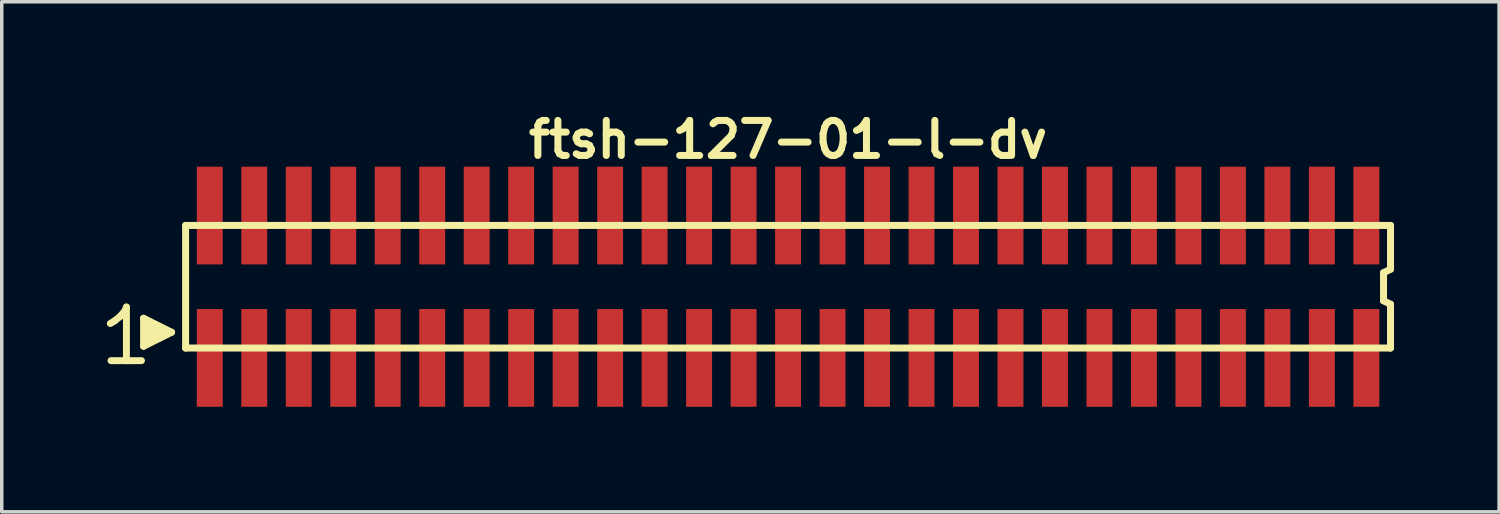
<source format=kicad_pcb>
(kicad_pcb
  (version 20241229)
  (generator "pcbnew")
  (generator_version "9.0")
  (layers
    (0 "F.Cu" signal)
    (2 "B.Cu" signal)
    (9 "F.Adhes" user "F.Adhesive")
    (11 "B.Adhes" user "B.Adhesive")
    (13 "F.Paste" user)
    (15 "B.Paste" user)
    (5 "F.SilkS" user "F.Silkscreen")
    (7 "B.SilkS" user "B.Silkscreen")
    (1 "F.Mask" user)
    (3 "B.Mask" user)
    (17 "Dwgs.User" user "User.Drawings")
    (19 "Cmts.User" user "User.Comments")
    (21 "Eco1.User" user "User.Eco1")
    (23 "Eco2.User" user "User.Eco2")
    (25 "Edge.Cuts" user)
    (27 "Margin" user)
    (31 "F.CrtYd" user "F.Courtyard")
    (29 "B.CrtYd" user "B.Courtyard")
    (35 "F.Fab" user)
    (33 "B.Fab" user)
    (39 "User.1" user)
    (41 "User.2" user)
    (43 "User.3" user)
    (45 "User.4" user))
  (footprint "ftsh-127-01-l-dv"
    (layer "F.Cu")
    (at 19.449 5.136)
    (property "Reference" "ftsh-127-01-l-dv" (at 0 -4.2 0) (layer "F.SilkS") (effects (font (size 1 1) (thickness 0.2))))
    (attr through_hole)
    (fp_line (start -19.35 1.05) (end -19.22 0.97) (stroke (width 0.198) (type solid)) (layer "F.SilkS"))
    (fp_line (start -19.22 0.97) (end -19.06 0.84) (stroke (width 0.198) (type solid)) (layer "F.SilkS"))
    (fp_line (start -19.06 0.84) (end -18.92 0.67) (stroke (width 0.198) (type solid)) (layer "F.SilkS"))
    (fp_line (start -18.92 0.67) (end -18.89 0.58) (stroke (width 0.198) (type solid)) (layer "F.SilkS"))
    (fp_line (start -18.89 0.58) (end -18.89 2.11) (stroke (width 0.198) (type solid)) (layer "F.SilkS"))
    (fp_line (start -18.89 2.11) (end -19.33 2.11) (stroke (width 0.198) (type solid)) (layer "F.SilkS"))
    (fp_line (start -18.46 2.11) (end -18.9 2.11) (stroke (width 0.198) (type solid)) (layer "F.SilkS"))
    (fp_line (start -18.4 0.9) (end -17.6 1.3) (stroke (width 0.198) (type solid)) (layer "F.SilkS"))
    (fp_line (start -18.4 1.7) (end -18.4 0.9) (stroke (width 0.198) (type solid)) (layer "F.SilkS"))
    (fp_line (start -18.3 1.6) (end -18.3 1) (stroke (width 0.198) (type solid)) (layer "F.SilkS"))
    (fp_line (start -18.2 1.1) (end -18.2 1.5) (stroke (width 0.198) (type solid)) (layer "F.SilkS"))
    (fp_line (start -18.1 1.5) (end -18.1 1.1) (stroke (width 0.198) (type solid)) (layer "F.SilkS"))
    (fp_line (start -18 1.2) (end -18 1.4) (stroke (width 0.198) (type solid)) (layer "F.SilkS"))
    (fp_line (start -17.9 1.4) (end -17.9 1.2) (stroke (width 0.198) (type solid)) (layer "F.SilkS"))
    (fp_line (start -17.6 1.3) (end -18.4 1.7) (stroke (width 0.198) (type solid)) (layer "F.SilkS"))
    (fp_line (start -17.2 -1.75) (end -17.2 1.75) (stroke (width 0.2) (type solid)) (layer "F.SilkS"))
    (fp_line (start -17.2 -1.75) (end 17.2 -1.75) (stroke (width 0.2) (type solid)) (layer "F.SilkS"))
    (fp_line (start -17.2 1.75) (end 17.2 1.75) (stroke (width 0.2) (type solid)) (layer "F.SilkS"))
    (fp_line (start 17 -0.4) (end 17 0.4) (stroke (width 0.2) (type solid)) (layer "F.SilkS"))
    (fp_line (start 17 0.4) (end 17.2 0.5) (stroke (width 0.2) (type solid)) (layer "F.SilkS"))
    (fp_line (start 17.2 -0.5) (end 17 -0.4) (stroke (width 0.2) (type solid)) (layer "F.SilkS"))
    (fp_line (start 17.2 -0.5) (end 17.2 -1.75) (stroke (width 0.2) (type solid)) (layer "F.SilkS"))
    (fp_line (start 17.2 0.5) (end 17.2 1.75) (stroke (width 0.2) (type solid)) (layer "F.SilkS"))
    (pad "1" smd rect (at -16.51 2.032) (size 0.74 2.79) (layers "F.Cu" "F.Mask" "F.Paste"))
    (pad "2" smd rect (at -16.51 -2.032) (size 0.74 2.79) (layers "F.Cu" "F.Mask" "F.Paste"))
    (pad "3" smd rect (at -15.24 2.032) (size 0.74 2.79) (layers "F.Cu" "F.Mask" "F.Paste"))
    (pad "4" smd rect (at -15.24 -2.032) (size 0.74 2.79) (layers "F.Cu" "F.Mask" "F.Paste"))
    (pad "5" smd rect (at -13.97 2.032) (size 0.74 2.79) (layers "F.Cu" "F.Mask" "F.Paste"))
    (pad "6" smd rect (at -13.97 -2.032) (size 0.74 2.79) (layers "F.Cu" "F.Mask" "F.Paste"))
    (pad "7" smd rect (at -12.7 2.032) (size 0.74 2.79) (layers "F.Cu" "F.Mask" "F.Paste"))
    (pad "8" smd rect (at -12.7 -2.032) (size 0.74 2.79) (layers "F.Cu" "F.Mask" "F.Paste"))
    (pad "9" smd rect (at -11.43 2.032) (size 0.74 2.79) (layers "F.Cu" "F.Mask" "F.Paste"))
    (pad "10" smd rect (at -11.43 -2.032) (size 0.74 2.79) (layers "F.Cu" "F.Mask" "F.Paste"))
    (pad "11" smd rect (at -10.16 2.032) (size 0.74 2.79) (layers "F.Cu" "F.Mask" "F.Paste"))
    (pad "12" smd rect (at -10.16 -2.032) (size 0.74 2.79) (layers "F.Cu" "F.Mask" "F.Paste"))
    (pad "13" smd rect (at -8.89 2.032) (size 0.74 2.79) (layers "F.Cu" "F.Mask" "F.Paste"))
    (pad "14" smd rect (at -8.89 -2.032) (size 0.74 2.79) (layers "F.Cu" "F.Mask" "F.Paste"))
    (pad "15" smd rect (at -7.62 2.032) (size 0.74 2.79) (layers "F.Cu" "F.Mask" "F.Paste"))
    (pad "16" smd rect (at -7.62 -2.032) (size 0.74 2.79) (layers "F.Cu" "F.Mask" "F.Paste"))
    (pad "17" smd rect (at -6.35 2.032) (size 0.74 2.79) (layers "F.Cu" "F.Mask" "F.Paste"))
    (pad "18" smd rect (at -6.35 -2.032) (size 0.74 2.79) (layers "F.Cu" "F.Mask" "F.Paste"))
    (pad "19" smd rect (at -5.08 2.032) (size 0.74 2.79) (layers "F.Cu" "F.Mask" "F.Paste"))
    (pad "20" smd rect (at -5.08 -2.032) (size 0.74 2.79) (layers "F.Cu" "F.Mask" "F.Paste"))
    (pad "21" smd rect (at -3.81 2.032) (size 0.74 2.79) (layers "F.Cu" "F.Mask" "F.Paste"))
    (pad "22" smd rect (at -3.81 -2.032) (size 0.74 2.79) (layers "F.Cu" "F.Mask" "F.Paste"))
    (pad "23" smd rect (at -2.54 2.032) (size 0.74 2.79) (layers "F.Cu" "F.Mask" "F.Paste"))
    (pad "24" smd rect (at -2.54 -2.032) (size 0.74 2.79) (layers "F.Cu" "F.Mask" "F.Paste"))
    (pad "25" smd rect (at -1.27 2.032) (size 0.74 2.79) (layers "F.Cu" "F.Mask" "F.Paste"))
    (pad "26" smd rect (at -1.27 -2.032) (size 0.74 2.79) (layers "F.Cu" "F.Mask" "F.Paste"))
    (pad "27" smd rect (at 0 2.032) (size 0.74 2.79) (layers "F.Cu" "F.Mask" "F.Paste"))
    (pad "28" smd rect (at 0 -2.032) (size 0.74 2.79) (layers "F.Cu" "F.Mask" "F.Paste"))
    (pad "29" smd rect (at 1.27 2.032) (size 0.74 2.79) (layers "F.Cu" "F.Mask" "F.Paste"))
    (pad "30" smd rect (at 1.27 -2.032) (size 0.74 2.79) (layers "F.Cu" "F.Mask" "F.Paste"))
    (pad "31" smd rect (at 2.54 2.032) (size 0.74 2.79) (layers "F.Cu" "F.Mask" "F.Paste"))
    (pad "32" smd rect (at 2.54 -2.032) (size 0.74 2.79) (layers "F.Cu" "F.Mask" "F.Paste"))
    (pad "33" smd rect (at 3.81 2.032) (size 0.74 2.79) (layers "F.Cu" "F.Mask" "F.Paste"))
    (pad "34" smd rect (at 3.81 -2.032) (size 0.74 2.79) (layers "F.Cu" "F.Mask" "F.Paste"))
    (pad "35" smd rect (at 5.08 2.032) (size 0.74 2.79) (layers "F.Cu" "F.Mask" "F.Paste"))
    (pad "36" smd rect (at 5.08 -2.032) (size 0.74 2.79) (layers "F.Cu" "F.Mask" "F.Paste"))
    (pad "37" smd rect (at 6.35 2.032) (size 0.74 2.79) (layers "F.Cu" "F.Mask" "F.Paste"))
    (pad "38" smd rect (at 6.35 -2.032) (size 0.74 2.79) (layers "F.Cu" "F.Mask" "F.Paste"))
    (pad "39" smd rect (at 7.62 2.032) (size 0.74 2.79) (layers "F.Cu" "F.Mask" "F.Paste"))
    (pad "40" smd rect (at 7.62 -2.032) (size 0.74 2.79) (layers "F.Cu" "F.Mask" "F.Paste"))
    (pad "41" smd rect (at 8.89 2.032) (size 0.74 2.79) (layers "F.Cu" "F.Mask" "F.Paste"))
    (pad "42" smd rect (at 8.89 -2.032) (size 0.74 2.79) (layers "F.Cu" "F.Mask" "F.Paste"))
    (pad "43" smd rect (at 10.16 2.032) (size 0.74 2.79) (layers "F.Cu" "F.Mask" "F.Paste"))
    (pad "44" smd rect (at 10.16 -2.032) (size 0.74 2.79) (layers "F.Cu" "F.Mask" "F.Paste"))
    (pad "45" smd rect (at 11.43 2.032) (size 0.74 2.79) (layers "F.Cu" "F.Mask" "F.Paste"))
    (pad "46" smd rect (at 11.43 -2.032) (size 0.74 2.79) (layers "F.Cu" "F.Mask" "F.Paste"))
    (pad "47" smd rect (at 12.7 2.032) (size 0.74 2.79) (layers "F.Cu" "F.Mask" "F.Paste"))
    (pad "48" smd rect (at 12.7 -2.032) (size 0.74 2.79) (layers "F.Cu" "F.Mask" "F.Paste"))
    (pad "49" smd rect (at 13.97 2.032) (size 0.74 2.79) (layers "F.Cu" "F.Mask" "F.Paste"))
    (pad "50" smd rect (at 13.97 -2.032) (size 0.74 2.79) (layers "F.Cu" "F.Mask" "F.Paste"))
    (pad "51" smd rect (at 15.24 2.032) (size 0.74 2.79) (layers "F.Cu" "F.Mask" "F.Paste"))
    (pad "52" smd rect (at 15.24 -2.032) (size 0.74 2.79) (layers "F.Cu" "F.Mask" "F.Paste"))
    (pad "53" smd rect (at 16.51 2.032) (size 0.74 2.79) (layers "F.Cu" "F.Mask" "F.Paste"))
    (pad "54" smd rect (at 16.51 -2.032) (size 0.74 2.79) (layers "F.Cu" "F.Mask" "F.Paste")))
  (gr_rect
    (start -3 -3)
    (end 39.749 11.563)
    (stroke (width 0.1) (type default))
    (fill no)
    (layer "Edge.Cuts")))
</source>
